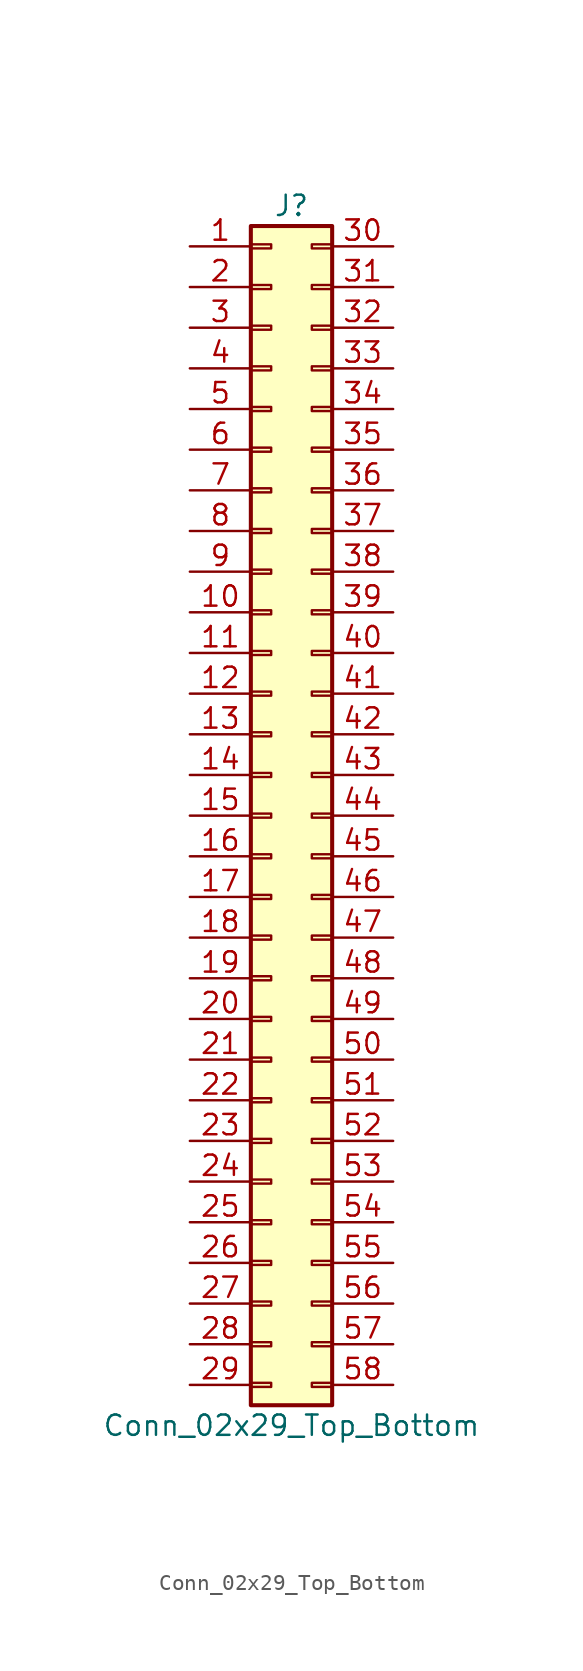
<source format=kicad_sym>
(kicad_symbol_lib
  (version 20220914)
  (generator kicad_symbol_editor)
  (symbol "Conn_02x29_Top_Bottom"
    (pin_names
      (offset 1.016) hide)
    (property "Reference" "J"
      (at 1.27 38.1 0)
      (effects (font (size 1.27 1.27))))
    (property "Value" "Conn_02x29_Top_Bottom"
      (at 1.27 -38.1 0)
      (effects (font (size 1.27 1.27))))
    (symbol "Conn_02x29_Top_Bottom_1_1"
      (rectangle (start -1.27 -35.433) (end 0 -35.687) (stroke (width 0.152) (type default)) (fill (type none)))
      (rectangle (start -1.27 -32.893) (end 0 -33.147) (stroke (width 0.152) (type default)) (fill (type none)))
      (rectangle (start -1.27 -30.353) (end 0 -30.607) (stroke (width 0.152) (type default)) (fill (type none)))
      (rectangle (start -1.27 -27.813) (end 0 -28.067) (stroke (width 0.152) (type default)) (fill (type none)))
      (rectangle (start -1.27 -25.273) (end 0 -25.527) (stroke (width 0.152) (type default)) (fill (type none)))
      (rectangle (start -1.27 -22.733) (end 0 -22.987) (stroke (width 0.152) (type default)) (fill (type none)))
      (rectangle (start -1.27 -20.193) (end 0 -20.447) (stroke (width 0.152) (type default)) (fill (type none)))
      (rectangle (start -1.27 -17.653) (end 0 -17.907) (stroke (width 0.152) (type default)) (fill (type none)))
      (rectangle (start -1.27 -15.113) (end 0 -15.367) (stroke (width 0.152) (type default)) (fill (type none)))
      (rectangle (start -1.27 -12.573) (end 0 -12.827) (stroke (width 0.152) (type default)) (fill (type none)))
      (rectangle (start -1.27 -10.033) (end 0 -10.287) (stroke (width 0.152) (type default)) (fill (type none)))
      (rectangle (start -1.27 -7.493) (end 0 -7.747) (stroke (width 0.152) (type default)) (fill (type none)))
      (rectangle (start -1.27 -4.953) (end 0 -5.207) (stroke (width 0.152) (type default)) (fill (type none)))
      (rectangle (start -1.27 -2.413) (end 0 -2.667) (stroke (width 0.152) (type default)) (fill (type none)))
      (rectangle (start -1.27 0.127) (end 0 -0.127) (stroke (width 0.152) (type default)) (fill (type none)))
      (rectangle (start -1.27 2.667) (end 0 2.413) (stroke (width 0.152) (type default)) (fill (type none)))
      (rectangle (start -1.27 5.207) (end 0 4.953) (stroke (width 0.152) (type default)) (fill (type none)))
      (rectangle (start -1.27 7.747) (end 0 7.493) (stroke (width 0.152) (type default)) (fill (type none)))
      (rectangle (start -1.27 10.287) (end 0 10.033) (stroke (width 0.152) (type default)) (fill (type none)))
      (rectangle (start -1.27 12.827) (end 0 12.573) (stroke (width 0.152) (type default)) (fill (type none)))
      (rectangle (start -1.27 15.367) (end 0 15.113) (stroke (width 0.152) (type default)) (fill (type none)))
      (rectangle (start -1.27 17.907) (end 0 17.653) (stroke (width 0.152) (type default)) (fill (type none)))
      (rectangle (start -1.27 20.447) (end 0 20.193) (stroke (width 0.152) (type default)) (fill (type none)))
      (rectangle (start -1.27 22.987) (end 0 22.733) (stroke (width 0.152) (type default)) (fill (type none)))
      (rectangle (start -1.27 25.527) (end 0 25.273) (stroke (width 0.152) (type default)) (fill (type none)))
      (rectangle (start -1.27 28.067) (end 0 27.813) (stroke (width 0.152) (type default)) (fill (type none)))
      (rectangle (start -1.27 30.607) (end 0 30.353) (stroke (width 0.152) (type default)) (fill (type none)))
      (rectangle (start -1.27 33.147) (end 0 32.893) (stroke (width 0.152) (type default)) (fill (type none)))
      (rectangle (start -1.27 35.687) (end 0 35.433) (stroke (width 0.152) (type default)) (fill (type none)))
      (rectangle (start -1.27 36.83) (end 3.81 -36.83) (stroke (width 0.254) (type default)) (fill (type background)))
      (rectangle (start 3.81 -35.433) (end 2.54 -35.687) (stroke (width 0.152) (type default)) (fill (type none)))
      (rectangle (start 3.81 -32.893) (end 2.54 -33.147) (stroke (width 0.152) (type default)) (fill (type none)))
      (rectangle (start 3.81 -30.353) (end 2.54 -30.607) (stroke (width 0.152) (type default)) (fill (type none)))
      (rectangle (start 3.81 -27.813) (end 2.54 -28.067) (stroke (width 0.152) (type default)) (fill (type none)))
      (rectangle (start 3.81 -25.273) (end 2.54 -25.527) (stroke (width 0.152) (type default)) (fill (type none)))
      (rectangle (start 3.81 -22.733) (end 2.54 -22.987) (stroke (width 0.152) (type default)) (fill (type none)))
      (rectangle (start 3.81 -20.193) (end 2.54 -20.447) (stroke (width 0.152) (type default)) (fill (type none)))
      (rectangle (start 3.81 -17.653) (end 2.54 -17.907) (stroke (width 0.152) (type default)) (fill (type none)))
      (rectangle (start 3.81 -15.113) (end 2.54 -15.367) (stroke (width 0.152) (type default)) (fill (type none)))
      (rectangle (start 3.81 -12.573) (end 2.54 -12.827) (stroke (width 0.152) (type default)) (fill (type none)))
      (rectangle (start 3.81 -10.033) (end 2.54 -10.287) (stroke (width 0.152) (type default)) (fill (type none)))
      (rectangle (start 3.81 -7.493) (end 2.54 -7.747) (stroke (width 0.152) (type default)) (fill (type none)))
      (rectangle (start 3.81 -4.953) (end 2.54 -5.207) (stroke (width 0.152) (type default)) (fill (type none)))
      (rectangle (start 3.81 -2.413) (end 2.54 -2.667) (stroke (width 0.152) (type default)) (fill (type none)))
      (rectangle (start 3.81 0.127) (end 2.54 -0.127) (stroke (width 0.152) (type default)) (fill (type none)))
      (rectangle (start 3.81 2.667) (end 2.54 2.413) (stroke (width 0.152) (type default)) (fill (type none)))
      (rectangle (start 3.81 5.207) (end 2.54 4.953) (stroke (width 0.152) (type default)) (fill (type none)))
      (rectangle (start 3.81 7.747) (end 2.54 7.493) (stroke (width 0.152) (type default)) (fill (type none)))
      (rectangle (start 3.81 10.287) (end 2.54 10.033) (stroke (width 0.152) (type default)) (fill (type none)))
      (rectangle (start 3.81 12.827) (end 2.54 12.573) (stroke (width 0.152) (type default)) (fill (type none)))
      (rectangle (start 3.81 15.367) (end 2.54 15.113) (stroke (width 0.152) (type default)) (fill (type none)))
      (rectangle (start 3.81 17.907) (end 2.54 17.653) (stroke (width 0.152) (type default)) (fill (type none)))
      (rectangle (start 3.81 20.447) (end 2.54 20.193) (stroke (width 0.152) (type default)) (fill (type none)))
      (rectangle (start 3.81 22.987) (end 2.54 22.733) (stroke (width 0.152) (type default)) (fill (type none)))
      (rectangle (start 3.81 25.527) (end 2.54 25.273) (stroke (width 0.152) (type default)) (fill (type none)))
      (rectangle (start 3.81 28.067) (end 2.54 27.813) (stroke (width 0.152) (type default)) (fill (type none)))
      (rectangle (start 3.81 30.607) (end 2.54 30.353) (stroke (width 0.152) (type default)) (fill (type none)))
      (rectangle (start 3.81 33.147) (end 2.54 32.893) (stroke (width 0.152) (type default)) (fill (type none)))
      (rectangle (start 3.81 35.687) (end 2.54 35.433) (stroke (width 0.152) (type default)) (fill (type none)))
      (pin passive line (at -5.08 35.56 0) (length 3.81) (name "Pin_1" (effects (font (size 1.27 1.27)))) (number "1" (effects (font (size 1.27 1.27)))))
      (pin passive line (at -5.08 12.7 0) (length 3.81) (name "Pin_10" (effects (font (size 1.27 1.27)))) (number "10" (effects (font (size 1.27 1.27)))))
      (pin passive line (at -5.08 10.16 0) (length 3.81) (name "Pin_11" (effects (font (size 1.27 1.27)))) (number "11" (effects (font (size 1.27 1.27)))))
      (pin passive line (at -5.08 7.62 0) (length 3.81) (name "Pin_12" (effects (font (size 1.27 1.27)))) (number "12" (effects (font (size 1.27 1.27)))))
      (pin passive line (at -5.08 5.08 0) (length 3.81) (name "Pin_13" (effects (font (size 1.27 1.27)))) (number "13" (effects (font (size 1.27 1.27)))))
      (pin passive line (at -5.08 2.54 0) (length 3.81) (name "Pin_14" (effects (font (size 1.27 1.27)))) (number "14" (effects (font (size 1.27 1.27)))))
      (pin passive line (at -5.08 0 0) (length 3.81) (name "Pin_15" (effects (font (size 1.27 1.27)))) (number "15" (effects (font (size 1.27 1.27)))))
      (pin passive line (at -5.08 -2.54 0) (length 3.81) (name "Pin_16" (effects (font (size 1.27 1.27)))) (number "16" (effects (font (size 1.27 1.27)))))
      (pin passive line (at -5.08 -5.08 0) (length 3.81) (name "Pin_17" (effects (font (size 1.27 1.27)))) (number "17" (effects (font (size 1.27 1.27)))))
      (pin passive line (at -5.08 -7.62 0) (length 3.81) (name "Pin_18" (effects (font (size 1.27 1.27)))) (number "18" (effects (font (size 1.27 1.27)))))
      (pin passive line (at -5.08 -10.16 0) (length 3.81) (name "Pin_19" (effects (font (size 1.27 1.27)))) (number "19" (effects (font (size 1.27 1.27)))))
      (pin passive line (at -5.08 33.02 0) (length 3.81) (name "Pin_2" (effects (font (size 1.27 1.27)))) (number "2" (effects (font (size 1.27 1.27)))))
      (pin passive line (at -5.08 -12.7 0) (length 3.81) (name "Pin_20" (effects (font (size 1.27 1.27)))) (number "20" (effects (font (size 1.27 1.27)))))
      (pin passive line (at -5.08 -15.24 0) (length 3.81) (name "Pin_21" (effects (font (size 1.27 1.27)))) (number "21" (effects (font (size 1.27 1.27)))))
      (pin passive line (at -5.08 -17.78 0) (length 3.81) (name "Pin_22" (effects (font (size 1.27 1.27)))) (number "22" (effects (font (size 1.27 1.27)))))
      (pin passive line (at -5.08 -20.32 0) (length 3.81) (name "Pin_23" (effects (font (size 1.27 1.27)))) (number "23" (effects (font (size 1.27 1.27)))))
      (pin passive line (at -5.08 -22.86 0) (length 3.81) (name "Pin_24" (effects (font (size 1.27 1.27)))) (number "24" (effects (font (size 1.27 1.27)))))
      (pin passive line (at -5.08 -25.4 0) (length 3.81) (name "Pin_25" (effects (font (size 1.27 1.27)))) (number "25" (effects (font (size 1.27 1.27)))))
      (pin passive line (at -5.08 -27.94 0) (length 3.81) (name "Pin_26" (effects (font (size 1.27 1.27)))) (number "26" (effects (font (size 1.27 1.27)))))
      (pin passive line (at -5.08 -30.48 0) (length 3.81) (name "Pin_27" (effects (font (size 1.27 1.27)))) (number "27" (effects (font (size 1.27 1.27)))))
      (pin passive line (at -5.08 -33.02 0) (length 3.81) (name "Pin_28" (effects (font (size 1.27 1.27)))) (number "28" (effects (font (size 1.27 1.27)))))
      (pin passive line (at -5.08 -35.56 0) (length 3.81) (name "Pin_29" (effects (font (size 1.27 1.27)))) (number "29" (effects (font (size 1.27 1.27)))))
      (pin passive line (at -5.08 30.48 0) (length 3.81) (name "Pin_3" (effects (font (size 1.27 1.27)))) (number "3" (effects (font (size 1.27 1.27)))))
      (pin passive line (at 7.62 35.56 180) (length 3.81) (name "Pin_30" (effects (font (size 1.27 1.27)))) (number "30" (effects (font (size 1.27 1.27)))))
      (pin passive line (at 7.62 33.02 180) (length 3.81) (name "Pin_31" (effects (font (size 1.27 1.27)))) (number "31" (effects (font (size 1.27 1.27)))))
      (pin passive line (at 7.62 30.48 180) (length 3.81) (name "Pin_32" (effects (font (size 1.27 1.27)))) (number "32" (effects (font (size 1.27 1.27)))))
      (pin passive line (at 7.62 27.94 180) (length 3.81) (name "Pin_33" (effects (font (size 1.27 1.27)))) (number "33" (effects (font (size 1.27 1.27)))))
      (pin passive line (at 7.62 25.4 180) (length 3.81) (name "Pin_34" (effects (font (size 1.27 1.27)))) (number "34" (effects (font (size 1.27 1.27)))))
      (pin passive line (at 7.62 22.86 180) (length 3.81) (name "Pin_35" (effects (font (size 1.27 1.27)))) (number "35" (effects (font (size 1.27 1.27)))))
      (pin passive line (at 7.62 20.32 180) (length 3.81) (name "Pin_36" (effects (font (size 1.27 1.27)))) (number "36" (effects (font (size 1.27 1.27)))))
      (pin passive line (at 7.62 17.78 180) (length 3.81) (name "Pin_37" (effects (font (size 1.27 1.27)))) (number "37" (effects (font (size 1.27 1.27)))))
      (pin passive line (at 7.62 15.24 180) (length 3.81) (name "Pin_38" (effects (font (size 1.27 1.27)))) (number "38" (effects (font (size 1.27 1.27)))))
      (pin passive line (at 7.62 12.7 180) (length 3.81) (name "Pin_39" (effects (font (size 1.27 1.27)))) (number "39" (effects (font (size 1.27 1.27)))))
      (pin passive line (at -5.08 27.94 0) (length 3.81) (name "Pin_4" (effects (font (size 1.27 1.27)))) (number "4" (effects (font (size 1.27 1.27)))))
      (pin passive line (at 7.62 10.16 180) (length 3.81) (name "Pin_40" (effects (font (size 1.27 1.27)))) (number "40" (effects (font (size 1.27 1.27)))))
      (pin passive line (at 7.62 7.62 180) (length 3.81) (name "Pin_41" (effects (font (size 1.27 1.27)))) (number "41" (effects (font (size 1.27 1.27)))))
      (pin passive line (at 7.62 5.08 180) (length 3.81) (name "Pin_42" (effects (font (size 1.27 1.27)))) (number "42" (effects (font (size 1.27 1.27)))))
      (pin passive line (at 7.62 2.54 180) (length 3.81) (name "Pin_43" (effects (font (size 1.27 1.27)))) (number "43" (effects (font (size 1.27 1.27)))))
      (pin passive line (at 7.62 0 180) (length 3.81) (name "Pin_44" (effects (font (size 1.27 1.27)))) (number "44" (effects (font (size 1.27 1.27)))))
      (pin passive line (at 7.62 -2.54 180) (length 3.81) (name "Pin_45" (effects (font (size 1.27 1.27)))) (number "45" (effects (font (size 1.27 1.27)))))
      (pin passive line (at 7.62 -5.08 180) (length 3.81) (name "Pin_46" (effects (font (size 1.27 1.27)))) (number "46" (effects (font (size 1.27 1.27)))))
      (pin passive line (at 7.62 -7.62 180) (length 3.81) (name "Pin_47" (effects (font (size 1.27 1.27)))) (number "47" (effects (font (size 1.27 1.27)))))
      (pin passive line (at 7.62 -10.16 180) (length 3.81) (name "Pin_48" (effects (font (size 1.27 1.27)))) (number "48" (effects (font (size 1.27 1.27)))))
      (pin passive line (at 7.62 -12.7 180) (length 3.81) (name "Pin_49" (effects (font (size 1.27 1.27)))) (number "49" (effects (font (size 1.27 1.27)))))
      (pin passive line (at -5.08 25.4 0) (length 3.81) (name "Pin_5" (effects (font (size 1.27 1.27)))) (number "5" (effects (font (size 1.27 1.27)))))
      (pin passive line (at 7.62 -15.24 180) (length 3.81) (name "Pin_50" (effects (font (size 1.27 1.27)))) (number "50" (effects (font (size 1.27 1.27)))))
      (pin passive line (at 7.62 -17.78 180) (length 3.81) (name "Pin_51" (effects (font (size 1.27 1.27)))) (number "51" (effects (font (size 1.27 1.27)))))
      (pin passive line (at 7.62 -20.32 180) (length 3.81) (name "Pin_52" (effects (font (size 1.27 1.27)))) (number "52" (effects (font (size 1.27 1.27)))))
      (pin passive line (at 7.62 -22.86 180) (length 3.81) (name "Pin_53" (effects (font (size 1.27 1.27)))) (number "53" (effects (font (size 1.27 1.27)))))
      (pin passive line (at 7.62 -25.4 180) (length 3.81) (name "Pin_54" (effects (font (size 1.27 1.27)))) (number "54" (effects (font (size 1.27 1.27)))))
      (pin passive line (at 7.62 -27.94 180) (length 3.81) (name "Pin_55" (effects (font (size 1.27 1.27)))) (number "55" (effects (font (size 1.27 1.27)))))
      (pin passive line (at 7.62 -30.48 180) (length 3.81) (name "Pin_56" (effects (font (size 1.27 1.27)))) (number "56" (effects (font (size 1.27 1.27)))))
      (pin passive line (at 7.62 -33.02 180) (length 3.81) (name "Pin_57" (effects (font (size 1.27 1.27)))) (number "57" (effects (font (size 1.27 1.27)))))
      (pin passive line (at 7.62 -35.56 180) (length 3.81) (name "Pin_58" (effects (font (size 1.27 1.27)))) (number "58" (effects (font (size 1.27 1.27)))))
      (pin passive line (at -5.08 22.86 0) (length 3.81) (name "Pin_6" (effects (font (size 1.27 1.27)))) (number "6" (effects (font (size 1.27 1.27)))))
      (pin passive line (at -5.08 20.32 0) (length 3.81) (name "Pin_7" (effects (font (size 1.27 1.27)))) (number "7" (effects (font (size 1.27 1.27)))))
      (pin passive line (at -5.08 17.78 0) (length 3.81) (name "Pin_8" (effects (font (size 1.27 1.27)))) (number "8" (effects (font (size 1.27 1.27)))))
      (pin passive line (at -5.08 15.24 0) (length 3.81) (name "Pin_9" (effects (font (size 1.27 1.27)))) (number "9" (effects (font (size 1.27 1.27))))))))
</source>
